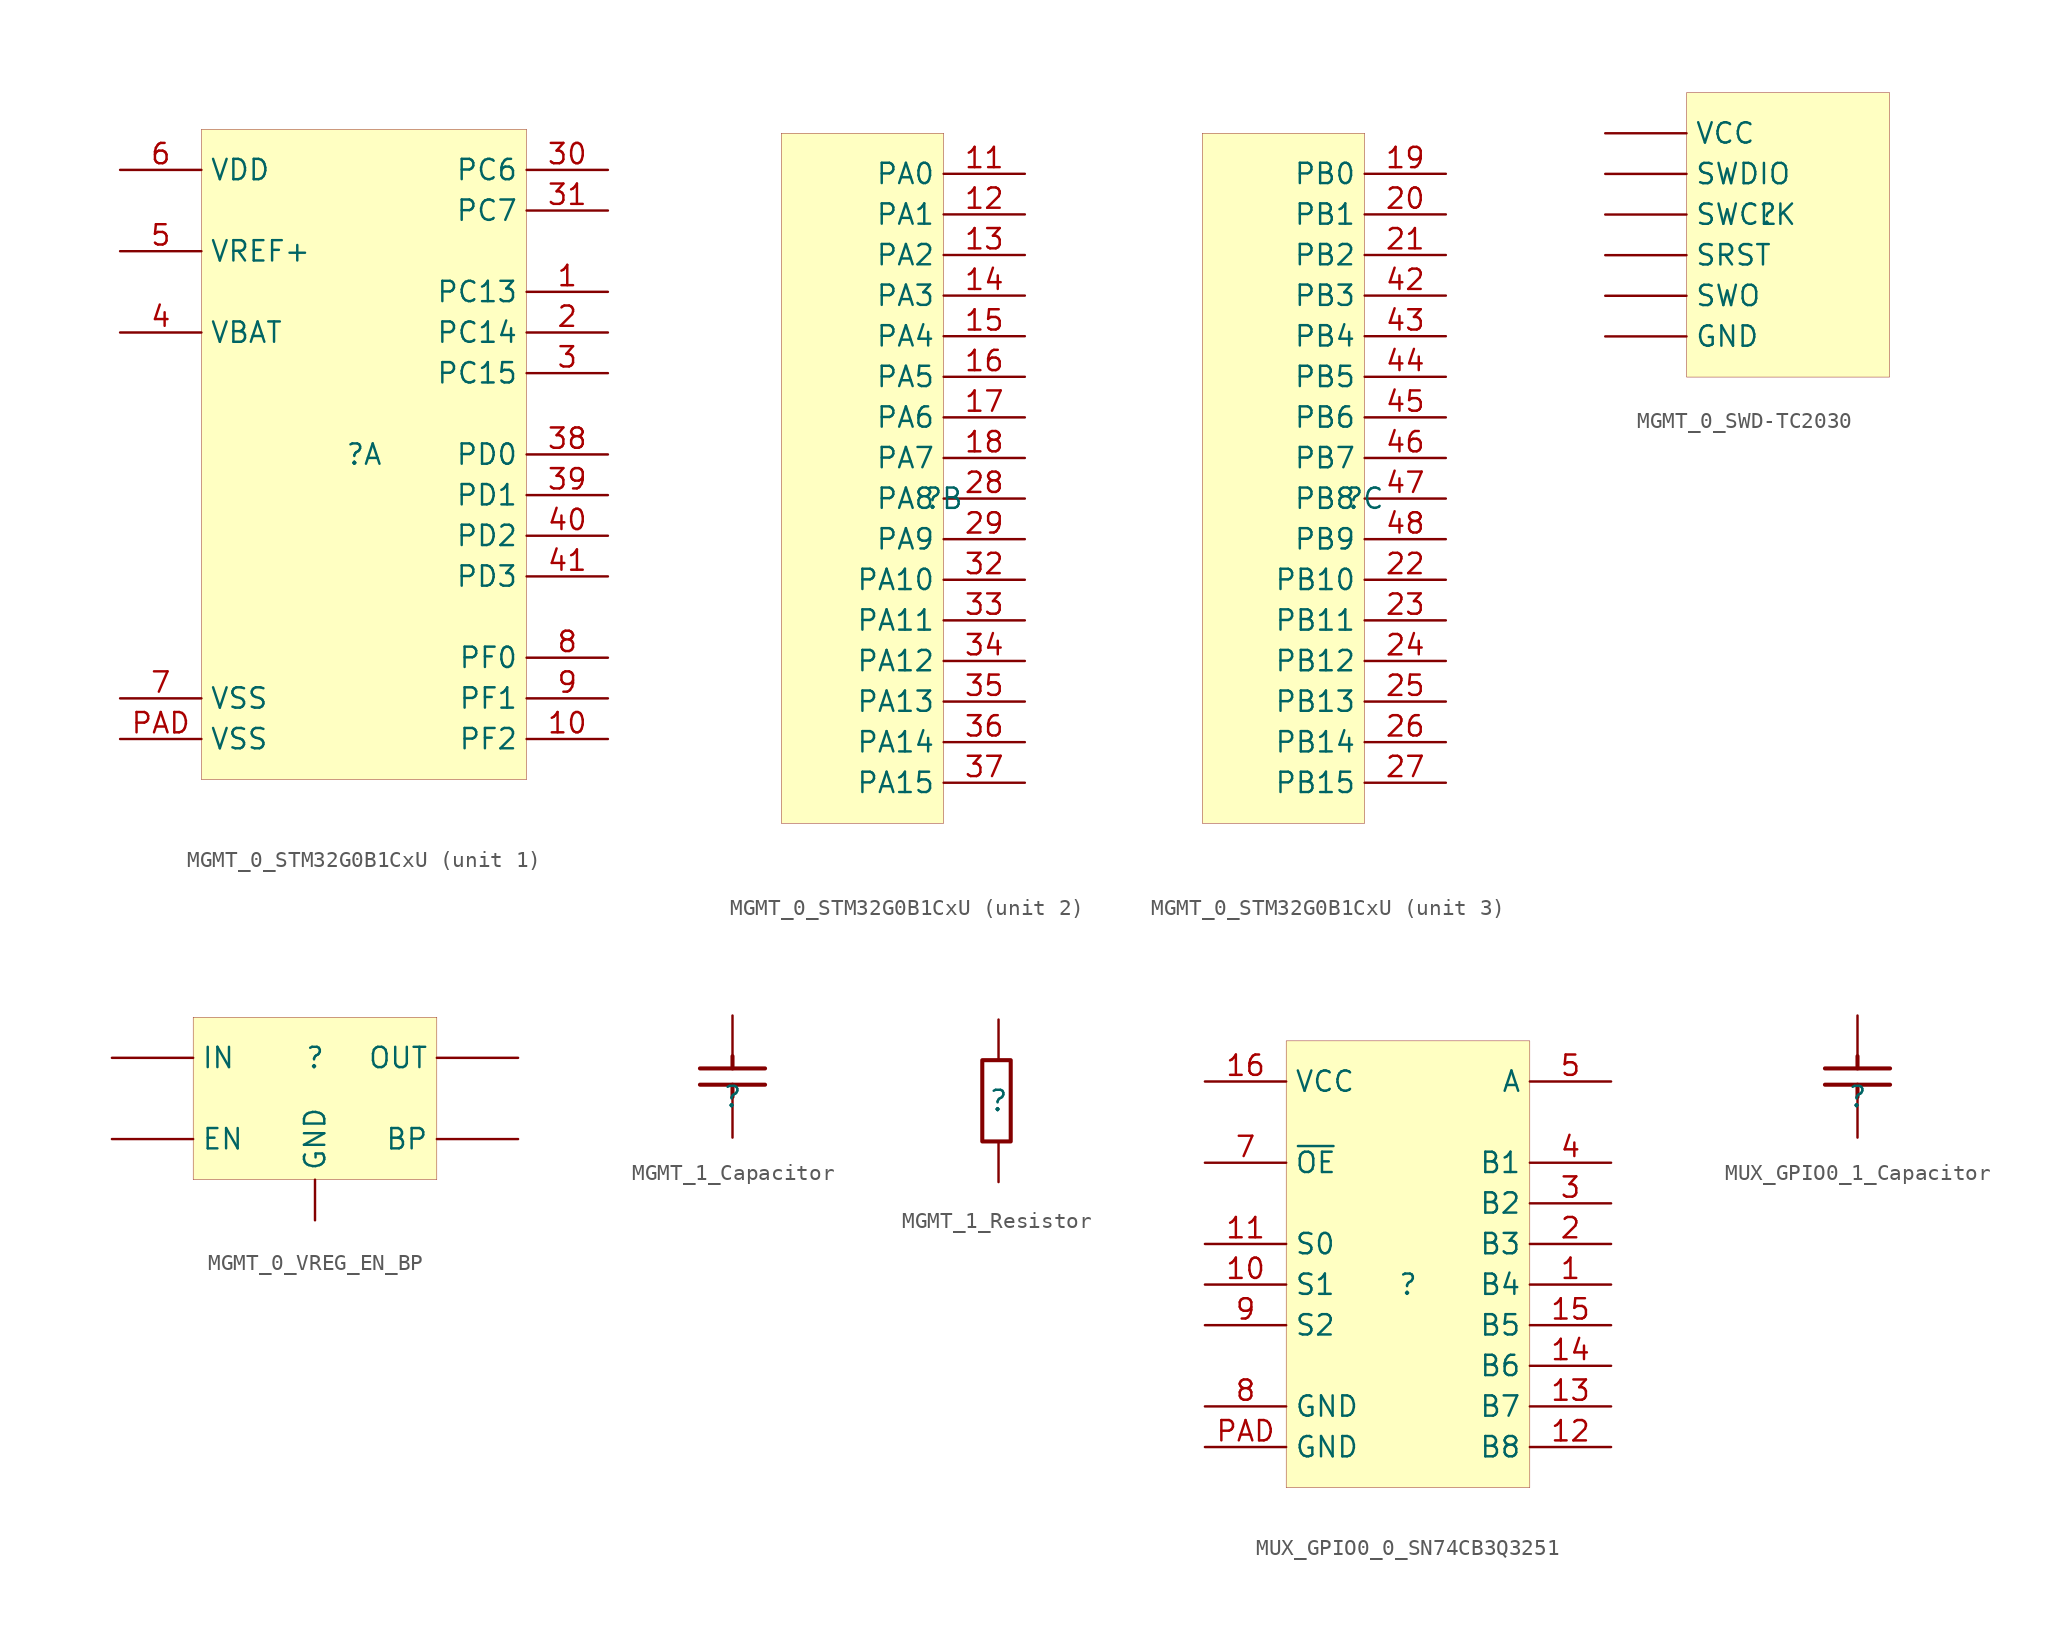
<source format=kicad_sym>
(kicad_symbol_lib
  (version 20231120)
  (generator "kicad_symbol_editor")
  (generator_version "8.0")
  (symbol "MGMT_0_STM32G0B1CxU"
    (property "Reference" ""
      (at 0 0 0)
      (effects (font (size 1.27 1.27))))
    (property "Value" ""
      (at 0 0 0)
      (effects (font (size 1.27 1.27))))
    (symbol "MGMT_0_STM32G0B1CxU_1_0"
      (rectangle (start 10.16 20.32) (end -10.16 -20.32) (stroke (width 0.025) (type solid) (color 128 0 0 1)) (fill (type background)))
      (pin passive line (at 15.24 10.16 180) (length 5.08) (name "PC13" (effects (font (size 1.27 1.27)))) (number "1" (effects (font (size 1.27 1.27)))))
      (pin passive line (at 15.24 -17.78 180) (length 5.08) (name "PF2" (effects (font (size 1.27 1.27)))) (number "10" (effects (font (size 1.27 1.27)))))
      (pin passive line (at 15.24 7.62 180) (length 5.08) (name "PC14" (effects (font (size 1.27 1.27)))) (number "2" (effects (font (size 1.27 1.27)))))
      (pin passive line (at 15.24 5.08 180) (length 5.08) (name "PC15" (effects (font (size 1.27 1.27)))) (number "3" (effects (font (size 1.27 1.27)))))
      (pin passive line (at 15.24 17.78 180) (length 5.08) (name "PC6" (effects (font (size 1.27 1.27)))) (number "30" (effects (font (size 1.27 1.27)))))
      (pin passive line (at 15.24 15.24 180) (length 5.08) (name "PC7" (effects (font (size 1.27 1.27)))) (number "31" (effects (font (size 1.27 1.27)))))
      (pin passive line (at 15.24 0 180) (length 5.08) (name "PD0" (effects (font (size 1.27 1.27)))) (number "38" (effects (font (size 1.27 1.27)))))
      (pin passive line (at 15.24 -2.54 180) (length 5.08) (name "PD1" (effects (font (size 1.27 1.27)))) (number "39" (effects (font (size 1.27 1.27)))))
      (pin passive line (at -15.24 7.62 0) (length 5.08) (name "VBAT" (effects (font (size 1.27 1.27)))) (number "4" (effects (font (size 1.27 1.27)))))
      (pin passive line (at 15.24 -5.08 180) (length 5.08) (name "PD2" (effects (font (size 1.27 1.27)))) (number "40" (effects (font (size 1.27 1.27)))))
      (pin passive line (at 15.24 -7.62 180) (length 5.08) (name "PD3" (effects (font (size 1.27 1.27)))) (number "41" (effects (font (size 1.27 1.27)))))
      (pin passive line (at -15.24 12.7 0) (length 5.08) (name "VREF+" (effects (font (size 1.27 1.27)))) (number "5" (effects (font (size 1.27 1.27)))))
      (pin passive line (at -15.24 17.78 0) (length 5.08) (name "VDD" (effects (font (size 1.27 1.27)))) (number "6" (effects (font (size 1.27 1.27)))))
      (pin passive line (at -15.24 -15.24 0) (length 5.08) (name "VSS" (effects (font (size 1.27 1.27)))) (number "7" (effects (font (size 1.27 1.27)))))
      (pin passive line (at 15.24 -12.7 180) (length 5.08) (name "PF0" (effects (font (size 1.27 1.27)))) (number "8" (effects (font (size 1.27 1.27)))))
      (pin passive line (at 15.24 -15.24 180) (length 5.08) (name "PF1" (effects (font (size 1.27 1.27)))) (number "9" (effects (font (size 1.27 1.27)))))
      (pin passive line (at -15.24 -17.78 0) (length 5.08) (name "VSS" (effects (font (size 1.27 1.27)))) (number "PAD" (effects (font (size 1.27 1.27))))))
    (symbol "MGMT_0_STM32G0B1CxU_2_0"
      (rectangle (start 0 22.86) (end -10.16 -20.32) (stroke (width 0.025) (type solid) (color 128 0 0 1)) (fill (type background)))
      (pin passive line (at 5.08 20.32 180) (length 5.08) (name "PA0" (effects (font (size 1.27 1.27)))) (number "11" (effects (font (size 1.27 1.27)))))
      (pin passive line (at 5.08 17.78 180) (length 5.08) (name "PA1" (effects (font (size 1.27 1.27)))) (number "12" (effects (font (size 1.27 1.27)))))
      (pin passive line (at 5.08 15.24 180) (length 5.08) (name "PA2" (effects (font (size 1.27 1.27)))) (number "13" (effects (font (size 1.27 1.27)))))
      (pin passive line (at 5.08 12.7 180) (length 5.08) (name "PA3" (effects (font (size 1.27 1.27)))) (number "14" (effects (font (size 1.27 1.27)))))
      (pin passive line (at 5.08 10.16 180) (length 5.08) (name "PA4" (effects (font (size 1.27 1.27)))) (number "15" (effects (font (size 1.27 1.27)))))
      (pin passive line (at 5.08 7.62 180) (length 5.08) (name "PA5" (effects (font (size 1.27 1.27)))) (number "16" (effects (font (size 1.27 1.27)))))
      (pin passive line (at 5.08 5.08 180) (length 5.08) (name "PA6" (effects (font (size 1.27 1.27)))) (number "17" (effects (font (size 1.27 1.27)))))
      (pin passive line (at 5.08 2.54 180) (length 5.08) (name "PA7" (effects (font (size 1.27 1.27)))) (number "18" (effects (font (size 1.27 1.27)))))
      (pin passive line (at 5.08 0 180) (length 5.08) (name "PA8" (effects (font (size 1.27 1.27)))) (number "28" (effects (font (size 1.27 1.27)))))
      (pin passive line (at 5.08 -2.54 180) (length 5.08) (name "PA9" (effects (font (size 1.27 1.27)))) (number "29" (effects (font (size 1.27 1.27)))))
      (pin passive line (at 5.08 -5.08 180) (length 5.08) (name "PA10" (effects (font (size 1.27 1.27)))) (number "32" (effects (font (size 1.27 1.27)))))
      (pin passive line (at 5.08 -7.62 180) (length 5.08) (name "PA11" (effects (font (size 1.27 1.27)))) (number "33" (effects (font (size 1.27 1.27)))))
      (pin passive line (at 5.08 -10.16 180) (length 5.08) (name "PA12" (effects (font (size 1.27 1.27)))) (number "34" (effects (font (size 1.27 1.27)))))
      (pin passive line (at 5.08 -12.7 180) (length 5.08) (name "PA13" (effects (font (size 1.27 1.27)))) (number "35" (effects (font (size 1.27 1.27)))))
      (pin passive line (at 5.08 -15.24 180) (length 5.08) (name "PA14" (effects (font (size 1.27 1.27)))) (number "36" (effects (font (size 1.27 1.27)))))
      (pin passive line (at 5.08 -17.78 180) (length 5.08) (name "PA15" (effects (font (size 1.27 1.27)))) (number "37" (effects (font (size 1.27 1.27))))))
    (symbol "MGMT_0_STM32G0B1CxU_3_0"
      (rectangle (start 0 22.86) (end -10.16 -20.32) (stroke (width 0.025) (type solid) (color 128 0 0 1)) (fill (type background)))
      (pin passive line (at 5.08 20.32 180) (length 5.08) (name "PB0" (effects (font (size 1.27 1.27)))) (number "19" (effects (font (size 1.27 1.27)))))
      (pin passive line (at 5.08 17.78 180) (length 5.08) (name "PB1" (effects (font (size 1.27 1.27)))) (number "20" (effects (font (size 1.27 1.27)))))
      (pin passive line (at 5.08 15.24 180) (length 5.08) (name "PB2" (effects (font (size 1.27 1.27)))) (number "21" (effects (font (size 1.27 1.27)))))
      (pin passive line (at 5.08 -5.08 180) (length 5.08) (name "PB10" (effects (font (size 1.27 1.27)))) (number "22" (effects (font (size 1.27 1.27)))))
      (pin passive line (at 5.08 -7.62 180) (length 5.08) (name "PB11" (effects (font (size 1.27 1.27)))) (number "23" (effects (font (size 1.27 1.27)))))
      (pin passive line (at 5.08 -10.16 180) (length 5.08) (name "PB12" (effects (font (size 1.27 1.27)))) (number "24" (effects (font (size 1.27 1.27)))))
      (pin passive line (at 5.08 -12.7 180) (length 5.08) (name "PB13" (effects (font (size 1.27 1.27)))) (number "25" (effects (font (size 1.27 1.27)))))
      (pin passive line (at 5.08 -15.24 180) (length 5.08) (name "PB14" (effects (font (size 1.27 1.27)))) (number "26" (effects (font (size 1.27 1.27)))))
      (pin passive line (at 5.08 -17.78 180) (length 5.08) (name "PB15" (effects (font (size 1.27 1.27)))) (number "27" (effects (font (size 1.27 1.27)))))
      (pin passive line (at 5.08 12.7 180) (length 5.08) (name "PB3" (effects (font (size 1.27 1.27)))) (number "42" (effects (font (size 1.27 1.27)))))
      (pin passive line (at 5.08 10.16 180) (length 5.08) (name "PB4" (effects (font (size 1.27 1.27)))) (number "43" (effects (font (size 1.27 1.27)))))
      (pin passive line (at 5.08 7.62 180) (length 5.08) (name "PB5" (effects (font (size 1.27 1.27)))) (number "44" (effects (font (size 1.27 1.27)))))
      (pin passive line (at 5.08 5.08 180) (length 5.08) (name "PB6" (effects (font (size 1.27 1.27)))) (number "45" (effects (font (size 1.27 1.27)))))
      (pin passive line (at 5.08 2.54 180) (length 5.08) (name "PB7" (effects (font (size 1.27 1.27)))) (number "46" (effects (font (size 1.27 1.27)))))
      (pin passive line (at 5.08 0 180) (length 5.08) (name "PB8" (effects (font (size 1.27 1.27)))) (number "47" (effects (font (size 1.27 1.27)))))
      (pin passive line (at 5.08 -2.54 180) (length 5.08) (name "PB9" (effects (font (size 1.27 1.27)))) (number "48" (effects (font (size 1.27 1.27)))))))
  (symbol "MGMT_0_SWD-TC2030"
    (property "Reference" ""
      (at 0 0 0)
      (effects (font (size 1.27 1.27))))
    (property "Value" ""
      (at 0 0 0)
      (effects (font (size 1.27 1.27))))
    (symbol "MGMT_0_SWD-TC2030_1_0"
      (rectangle (start 7.62 7.62) (end -5.08 -10.16) (stroke (width 0.025) (type solid) (color 128 0 0 1)) (fill (type background)))
      (pin passive line (at -10.16 -7.62 0) (length 5.08) (name "GND" (effects (font (size 1.27 1.27)))) (number "GND" (effects (font (size 0 0)))))
      (pin passive line (at -10.16 -2.54 0) (length 5.08) (name "SRST" (effects (font (size 1.27 1.27)))) (number "SRST" (effects (font (size 0 0)))))
      (pin passive line (at -10.16 0 0) (length 5.08) (name "SWCLK" (effects (font (size 1.27 1.27)))) (number "SWCLK" (effects (font (size 0 0)))))
      (pin passive line (at -10.16 2.54 0) (length 5.08) (name "SWDIO" (effects (font (size 1.27 1.27)))) (number "SWDIO" (effects (font (size 0 0)))))
      (pin passive line (at -10.16 -5.08 0) (length 5.08) (name "SWO" (effects (font (size 1.27 1.27)))) (number "SWO" (effects (font (size 0 0)))))
      (pin passive line (at -10.16 5.08 0) (length 5.08) (name "VCC" (effects (font (size 1.27 1.27)))) (number "VCC" (effects (font (size 0 0)))))))
  (symbol "MGMT_0_VREG_EN_BP"
    (property "Reference" ""
      (at 0 0 0)
      (effects (font (size 1.27 1.27))))
    (property "Value" ""
      (at 0 0 0)
      (effects (font (size 1.27 1.27))))
    (symbol "MGMT_0_VREG_EN_BP_1_0"
      (rectangle (start 7.62 2.54) (end -7.62 -7.62) (stroke (width 0.025) (type solid) (color 128 0 0 1)) (fill (type background)))
      (pin passive line (at 12.7 -5.08 180) (length 5.08) (name "BP" (effects (font (size 1.27 1.27)))) (number "BP" (effects (font (size 0 0)))))
      (pin passive line (at -12.7 -5.08 0) (length 5.08) (name "EN" (effects (font (size 1.27 1.27)))) (number "EN" (effects (font (size 0 0)))))
      (pin passive line (at 0 -10.16 90) (length 2.54) (name "GND" (effects (font (size 1.27 1.27)))) (number "GND" (effects (font (size 0 0)))))
      (pin passive line (at -12.7 0 0) (length 5.08) (name "IN" (effects (font (size 1.27 1.27)))) (number "IN" (effects (font (size 0 0)))))
      (pin passive line (at 12.7 0 180) (length 5.08) (name "OUT" (effects (font (size 1.27 1.27)))) (number "OUT" (effects (font (size 0 0)))))))
  (symbol "MGMT_1_Capacitor"
    (property "Reference" ""
      (at 0 0 0)
      (effects (font (size 1.27 1.27))))
    (property "Value" ""
      (at 0 0 0)
      (effects (font (size 1.27 1.27))))
    (symbol "MGMT_1_Capacitor_1_0"
      (polyline (pts (xy -2.032 0.762) (xy 2.032 0.762)) (stroke (width 0.254) (type solid)) (fill (type none)))
      (polyline (pts (xy 0 0) (xy 0 0.762)) (stroke (width 0.254) (type solid)) (fill (type none)))
      (polyline (pts (xy 0 1.778) (xy 0 2.54)) (stroke (width 0.254) (type solid)) (fill (type none)))
      (polyline (pts (xy 2.032 1.778) (xy -2.032 1.778)) (stroke (width 0.254) (type solid)) (fill (type none)))
      (pin passive line (at 0 -2.54 90) (length 2.54) (name "1" (effects (font (size 0 0)))) (number "1" (effects (font (size 0 0)))))
      (pin passive line (at 0 5.08 270) (length 2.54) (name "2" (effects (font (size 0 0)))) (number "2" (effects (font (size 0 0)))))))
  (symbol "MGMT_1_Resistor"
    (property "Reference" ""
      (at 0 0 0)
      (effects (font (size 1.27 1.27))))
    (property "Value" ""
      (at 0 0 0)
      (effects (font (size 1.27 1.27))))
    (symbol "MGMT_1_Resistor_1_0"
      (polyline (pts (xy 0.762 -2.54) (xy -1.016 -2.54) (xy -1.016 2.54) (xy 0.762 2.54) (xy 0.762 -2.54)) (stroke (width 0.254) (type solid)) (fill (type none)))
      (pin passive line (at 0 -5.08 90) (length 2.54) (name "1" (effects (font (size 0 0)))) (number "1" (effects (font (size 0 0)))))
      (pin passive line (at 0 5.08 270) (length 2.54) (name "2" (effects (font (size 0 0)))) (number "2" (effects (font (size 0 0)))))))
  (symbol "MUX_GPIO0_0_SN74CB3Q3251"
    (property "Reference" ""
      (at 0 0 0)
      (effects (font (size 1.27 1.27))))
    (property "Value" ""
      (at 0 0 0)
      (effects (font (size 1.27 1.27))))
    (symbol "MUX_GPIO0_0_SN74CB3Q3251_1_0"
      (rectangle (start 7.62 15.24) (end -7.62 -12.7) (stroke (width 0.025) (type solid) (color 128 0 0 1)) (fill (type background)))
      (pin passive line (at 12.7 0 180) (length 5.08) (name "B4" (effects (font (size 1.27 1.27)))) (number "1" (effects (font (size 1.27 1.27)))))
      (pin passive line (at -12.7 0 0) (length 5.08) (name "S1" (effects (font (size 1.27 1.27)))) (number "10" (effects (font (size 1.27 1.27)))))
      (pin passive line (at -12.7 2.54 0) (length 5.08) (name "S0" (effects (font (size 1.27 1.27)))) (number "11" (effects (font (size 1.27 1.27)))))
      (pin passive line (at 12.7 -10.16 180) (length 5.08) (name "B8" (effects (font (size 1.27 1.27)))) (number "12" (effects (font (size 1.27 1.27)))))
      (pin passive line (at 12.7 -7.62 180) (length 5.08) (name "B7" (effects (font (size 1.27 1.27)))) (number "13" (effects (font (size 1.27 1.27)))))
      (pin passive line (at 12.7 -5.08 180) (length 5.08) (name "B6" (effects (font (size 1.27 1.27)))) (number "14" (effects (font (size 1.27 1.27)))))
      (pin passive line (at 12.7 -2.54 180) (length 5.08) (name "B5" (effects (font (size 1.27 1.27)))) (number "15" (effects (font (size 1.27 1.27)))))
      (pin passive line (at -12.7 12.7 0) (length 5.08) (name "VCC" (effects (font (size 1.27 1.27)))) (number "16" (effects (font (size 1.27 1.27)))))
      (pin passive line (at 12.7 2.54 180) (length 5.08) (name "B3" (effects (font (size 1.27 1.27)))) (number "2" (effects (font (size 1.27 1.27)))))
      (pin passive line (at 12.7 5.08 180) (length 5.08) (name "B2" (effects (font (size 1.27 1.27)))) (number "3" (effects (font (size 1.27 1.27)))))
      (pin passive line (at 12.7 7.62 180) (length 5.08) (name "B1" (effects (font (size 1.27 1.27)))) (number "4" (effects (font (size 1.27 1.27)))))
      (pin passive line (at 12.7 12.7 180) (length 5.08) (name "A" (effects (font (size 1.27 1.27)))) (number "5" (effects (font (size 1.27 1.27)))))
      (pin passive line (at -12.7 7.62 0) (length 5.08) (name "~{OE}" (effects (font (size 1.27 1.27)))) (number "7" (effects (font (size 1.27 1.27)))))
      (pin passive line (at -12.7 -7.62 0) (length 5.08) (name "GND" (effects (font (size 1.27 1.27)))) (number "8" (effects (font (size 1.27 1.27)))))
      (pin passive line (at -12.7 -2.54 0) (length 5.08) (name "S2" (effects (font (size 1.27 1.27)))) (number "9" (effects (font (size 1.27 1.27)))))
      (pin passive line (at -12.7 -10.16 0) (length 5.08) (name "GND" (effects (font (size 1.27 1.27)))) (number "PAD" (effects (font (size 1.27 1.27)))))))
  (symbol "MUX_GPIO0_1_Capacitor"
    (property "Reference" ""
      (at 0 0 0)
      (effects (font (size 1.27 1.27))))
    (property "Value" ""
      (at 0 0 0)
      (effects (font (size 1.27 1.27))))
    (symbol "MUX_GPIO0_1_Capacitor_1_0"
      (polyline (pts (xy -2.032 0.762) (xy 2.032 0.762)) (stroke (width 0.254) (type solid)) (fill (type none)))
      (polyline (pts (xy 0 0) (xy 0 0.762)) (stroke (width 0.254) (type solid)) (fill (type none)))
      (polyline (pts (xy 0 1.778) (xy 0 2.54)) (stroke (width 0.254) (type solid)) (fill (type none)))
      (polyline (pts (xy 2.032 1.778) (xy -2.032 1.778)) (stroke (width 0.254) (type solid)) (fill (type none)))
      (pin passive line (at 0 -2.54 90) (length 2.54) (name "1" (effects (font (size 0 0)))) (number "1" (effects (font (size 0 0)))))
      (pin passive line (at 0 5.08 270) (length 2.54) (name "2" (effects (font (size 0 0)))) (number "2" (effects (font (size 0 0))))))))
</source>
